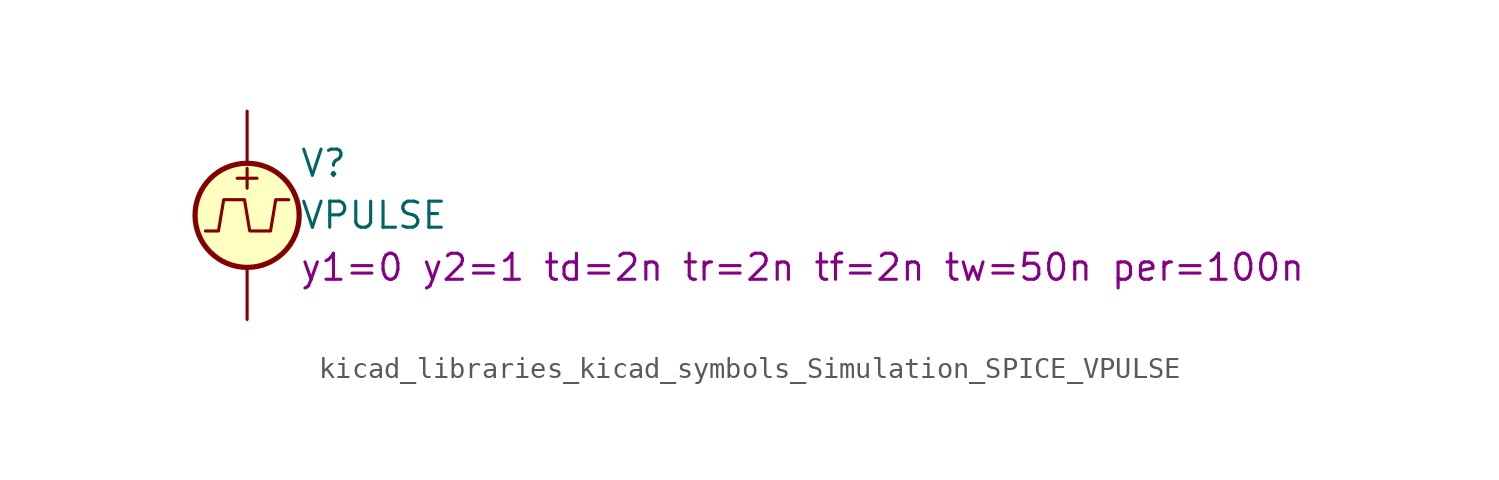
<source format=kicad_sym>
(kicad_symbol_lib
  (version 20220914)
  (generator kicad_symbol_editor)
  (symbol "kicad_libraries_kicad_symbols_Simulation_SPICE_VPULSE"
    (pin_numbers hide)
    (pin_names
      (offset 0.025))
    (property "Reference" "V"
      (at 2.54 2.54 0)
      (effects (font (size 1.27 1.27)) (justify left)))
    (property "Value" "VPULSE"
      (at 2.54 0 0)
      (effects (font (size 1.27 1.27)) (justify left)))
    (property "Sim.Params" "y1=0 y2=1 td=2n tr=2n tf=2n tw=50n per=100n"
      (at 2.54 -2.54 0)
      (effects (font (size 1.27 1.27)) (justify left)))
    (symbol "kicad_libraries_kicad_symbols_Simulation_SPICE_VPULSE_0_0"
      (polyline (pts (xy -2.032 -0.762) (xy -1.397 -0.762) (xy -1.143 0.762) (xy -0.127 0.762) (xy 0.127 -0.762) (xy 1.143 -0.762) (xy 1.397 0.762) (xy 2.032 0.762)) (stroke (width 0) (type default)) (fill (type none)))
      (text "+" (at 0 1.905 0) (effects (font (size 1.27 1.27)))))
    (symbol "kicad_libraries_kicad_symbols_Simulation_SPICE_VPULSE_0_1"
      (circle (center 0 0) (radius 2.54) (stroke (width 0.254) (type default)) (fill (type background))))
    (symbol "kicad_libraries_kicad_symbols_Simulation_SPICE_VPULSE_1_1"
      (pin passive line (at 0 5.08 270) (length 2.54) (name "~" (effects (font (size 1.27 1.27)))) (number "1" (effects (font (size 1.27 1.27)))))
      (pin passive line (at 0 -5.08 90) (length 2.54) (name "~" (effects (font (size 1.27 1.27)))) (number "2" (effects (font (size 1.27 1.27))))))))
</source>
